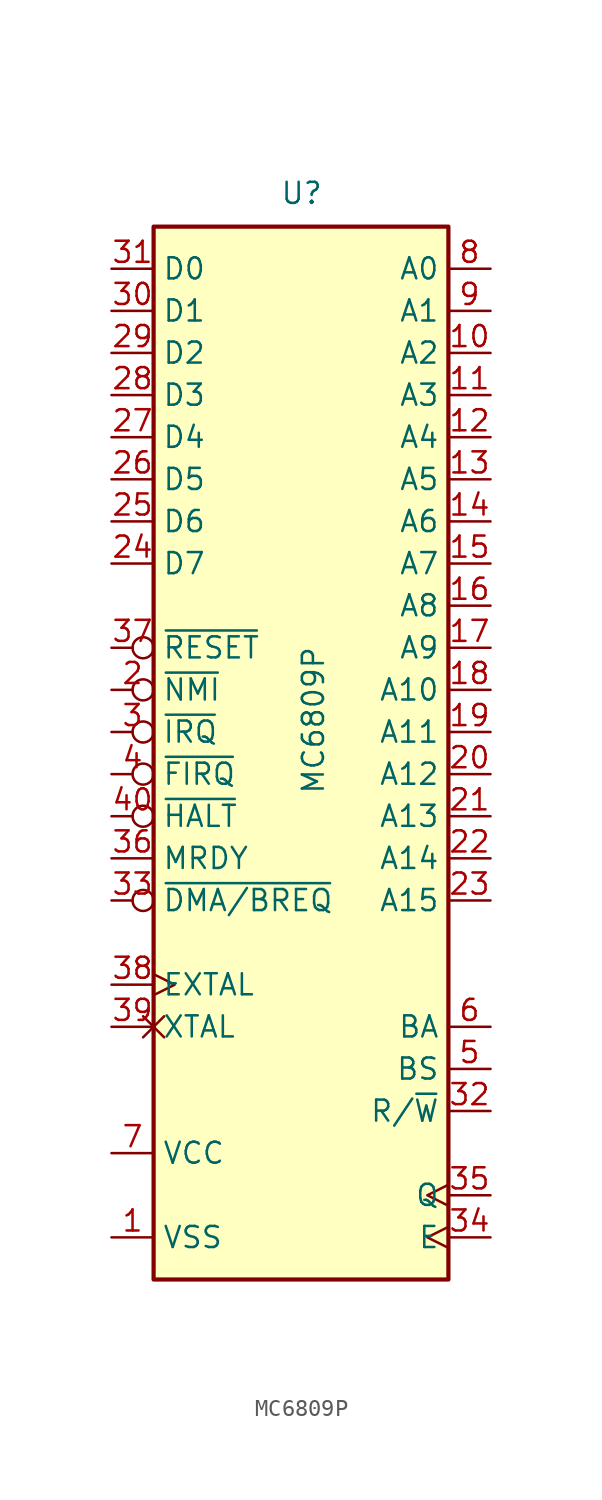
<source format=kicad_sym>
(kicad_symbol_lib
  (version 20220914)
  (generator kicad_symbol_editor)
  (symbol "MC6809P"
    (property "Reference" "U"
      (at -1.27 31.75 0)
      (effects (font (size 1.27 1.27)) (justify left bottom)))
    (property "Value" "MC6809P"
      (at 0 -3.81 90)
      (effects (font (size 1.27 1.27)) (justify left top)))
    (symbol "MC6809P_0_1"
      (rectangle (start -8.89 -33.02) (end 8.89 30.48) (stroke (width 0.254) (type default)) (fill (type background))))
    (symbol "MC6809P_1_1"
      (pin power_in line (at -11.43 -30.48 0) (length 2.54) (name "VSS" (effects (font (size 1.27 1.27)))) (number "1" (effects (font (size 1.27 1.27)))))
      (pin output line (at 11.43 22.86 180) (length 2.54) (name "A2" (effects (font (size 1.27 1.27)))) (number "10" (effects (font (size 1.27 1.27)))))
      (pin output line (at 11.43 20.32 180) (length 2.54) (name "A3" (effects (font (size 1.27 1.27)))) (number "11" (effects (font (size 1.27 1.27)))))
      (pin output line (at 11.43 17.78 180) (length 2.54) (name "A4" (effects (font (size 1.27 1.27)))) (number "12" (effects (font (size 1.27 1.27)))))
      (pin output line (at 11.43 15.24 180) (length 2.54) (name "A5" (effects (font (size 1.27 1.27)))) (number "13" (effects (font (size 1.27 1.27)))))
      (pin output line (at 11.43 12.7 180) (length 2.54) (name "A6" (effects (font (size 1.27 1.27)))) (number "14" (effects (font (size 1.27 1.27)))))
      (pin output line (at 11.43 10.16 180) (length 2.54) (name "A7" (effects (font (size 1.27 1.27)))) (number "15" (effects (font (size 1.27 1.27)))))
      (pin output line (at 11.43 7.62 180) (length 2.54) (name "A8" (effects (font (size 1.27 1.27)))) (number "16" (effects (font (size 1.27 1.27)))))
      (pin output line (at 11.43 5.08 180) (length 2.54) (name "A9" (effects (font (size 1.27 1.27)))) (number "17" (effects (font (size 1.27 1.27)))))
      (pin output line (at 11.43 2.54 180) (length 2.54) (name "A10" (effects (font (size 1.27 1.27)))) (number "18" (effects (font (size 1.27 1.27)))))
      (pin output line (at 11.43 0 180) (length 2.54) (name "A11" (effects (font (size 1.27 1.27)))) (number "19" (effects (font (size 1.27 1.27)))))
      (pin input inverted (at -11.43 2.54 0) (length 2.54) (name "~{NMI}" (effects (font (size 1.27 1.27)))) (number "2" (effects (font (size 1.27 1.27)))))
      (pin output line (at 11.43 -2.54 180) (length 2.54) (name "A12" (effects (font (size 1.27 1.27)))) (number "20" (effects (font (size 1.27 1.27)))))
      (pin output line (at 11.43 -5.08 180) (length 2.54) (name "A13" (effects (font (size 1.27 1.27)))) (number "21" (effects (font (size 1.27 1.27)))))
      (pin output line (at 11.43 -7.62 180) (length 2.54) (name "A14" (effects (font (size 1.27 1.27)))) (number "22" (effects (font (size 1.27 1.27)))))
      (pin output line (at 11.43 -10.16 180) (length 2.54) (name "A15" (effects (font (size 1.27 1.27)))) (number "23" (effects (font (size 1.27 1.27)))))
      (pin bidirectional line (at -11.43 10.16 0) (length 2.54) (name "D7" (effects (font (size 1.27 1.27)))) (number "24" (effects (font (size 1.27 1.27)))))
      (pin bidirectional line (at -11.43 12.7 0) (length 2.54) (name "D6" (effects (font (size 1.27 1.27)))) (number "25" (effects (font (size 1.27 1.27)))))
      (pin bidirectional line (at -11.43 15.24 0) (length 2.54) (name "D5" (effects (font (size 1.27 1.27)))) (number "26" (effects (font (size 1.27 1.27)))))
      (pin bidirectional line (at -11.43 17.78 0) (length 2.54) (name "D4" (effects (font (size 1.27 1.27)))) (number "27" (effects (font (size 1.27 1.27)))))
      (pin bidirectional line (at -11.43 20.32 0) (length 2.54) (name "D3" (effects (font (size 1.27 1.27)))) (number "28" (effects (font (size 1.27 1.27)))))
      (pin bidirectional line (at -11.43 22.86 0) (length 2.54) (name "D2" (effects (font (size 1.27 1.27)))) (number "29" (effects (font (size 1.27 1.27)))))
      (pin input inverted (at -11.43 0 0) (length 2.54) (name "~{IRQ}" (effects (font (size 1.27 1.27)))) (number "3" (effects (font (size 1.27 1.27)))))
      (pin bidirectional line (at -11.43 25.4 0) (length 2.54) (name "D1" (effects (font (size 1.27 1.27)))) (number "30" (effects (font (size 1.27 1.27)))))
      (pin bidirectional line (at -11.43 27.94 0) (length 2.54) (name "D0" (effects (font (size 1.27 1.27)))) (number "31" (effects (font (size 1.27 1.27)))))
      (pin output line (at 11.43 -22.86 180) (length 2.54) (name "R/~{W}" (effects (font (size 1.27 1.27)))) (number "32" (effects (font (size 1.27 1.27)))))
      (pin input inverted (at -11.43 -10.16 0) (length 2.54) (name "~{DMA/BREQ}" (effects (font (size 1.27 1.27)))) (number "33" (effects (font (size 1.27 1.27)))))
      (pin output clock (at 11.43 -30.48 180) (length 2.54) (name "E" (effects (font (size 1.27 1.27)))) (number "34" (effects (font (size 1.27 1.27)))))
      (pin output clock (at 11.43 -27.94 180) (length 2.54) (name "Q" (effects (font (size 1.27 1.27)))) (number "35" (effects (font (size 1.27 1.27)))))
      (pin input line (at -11.43 -7.62 0) (length 2.54) (name "MRDY" (effects (font (size 1.27 1.27)))) (number "36" (effects (font (size 1.27 1.27)))))
      (pin input inverted (at -11.43 5.08 0) (length 2.54) (name "~{RESET}" (effects (font (size 1.27 1.27)))) (number "37" (effects (font (size 1.27 1.27)))))
      (pin input clock (at -11.43 -15.24 0) (length 2.54) (name "EXTAL" (effects (font (size 1.27 1.27)))) (number "38" (effects (font (size 1.27 1.27)))))
      (pin passive non_logic (at -11.43 -17.78 0) (length 2.54) (name "XTAL" (effects (font (size 1.27 1.27)))) (number "39" (effects (font (size 1.27 1.27)))))
      (pin input inverted (at -11.43 -2.54 0) (length 2.54) (name "~{FIRQ}" (effects (font (size 1.27 1.27)))) (number "4" (effects (font (size 1.27 1.27)))))
      (pin input inverted (at -11.43 -5.08 0) (length 2.54) (name "~{HALT}" (effects (font (size 1.27 1.27)))) (number "40" (effects (font (size 1.27 1.27)))))
      (pin output line (at 11.43 -20.32 180) (length 2.54) (name "BS" (effects (font (size 1.27 1.27)))) (number "5" (effects (font (size 1.27 1.27)))))
      (pin output line (at 11.43 -17.78 180) (length 2.54) (name "BA" (effects (font (size 1.27 1.27)))) (number "6" (effects (font (size 1.27 1.27)))))
      (pin power_in line (at -11.43 -25.4 0) (length 2.54) (name "VCC" (effects (font (size 1.27 1.27)))) (number "7" (effects (font (size 1.27 1.27)))))
      (pin output line (at 11.43 27.94 180) (length 2.54) (name "A0" (effects (font (size 1.27 1.27)))) (number "8" (effects (font (size 1.27 1.27)))))
      (pin output line (at 11.43 25.4 180) (length 2.54) (name "A1" (effects (font (size 1.27 1.27)))) (number "9" (effects (font (size 1.27 1.27))))))))
</source>
